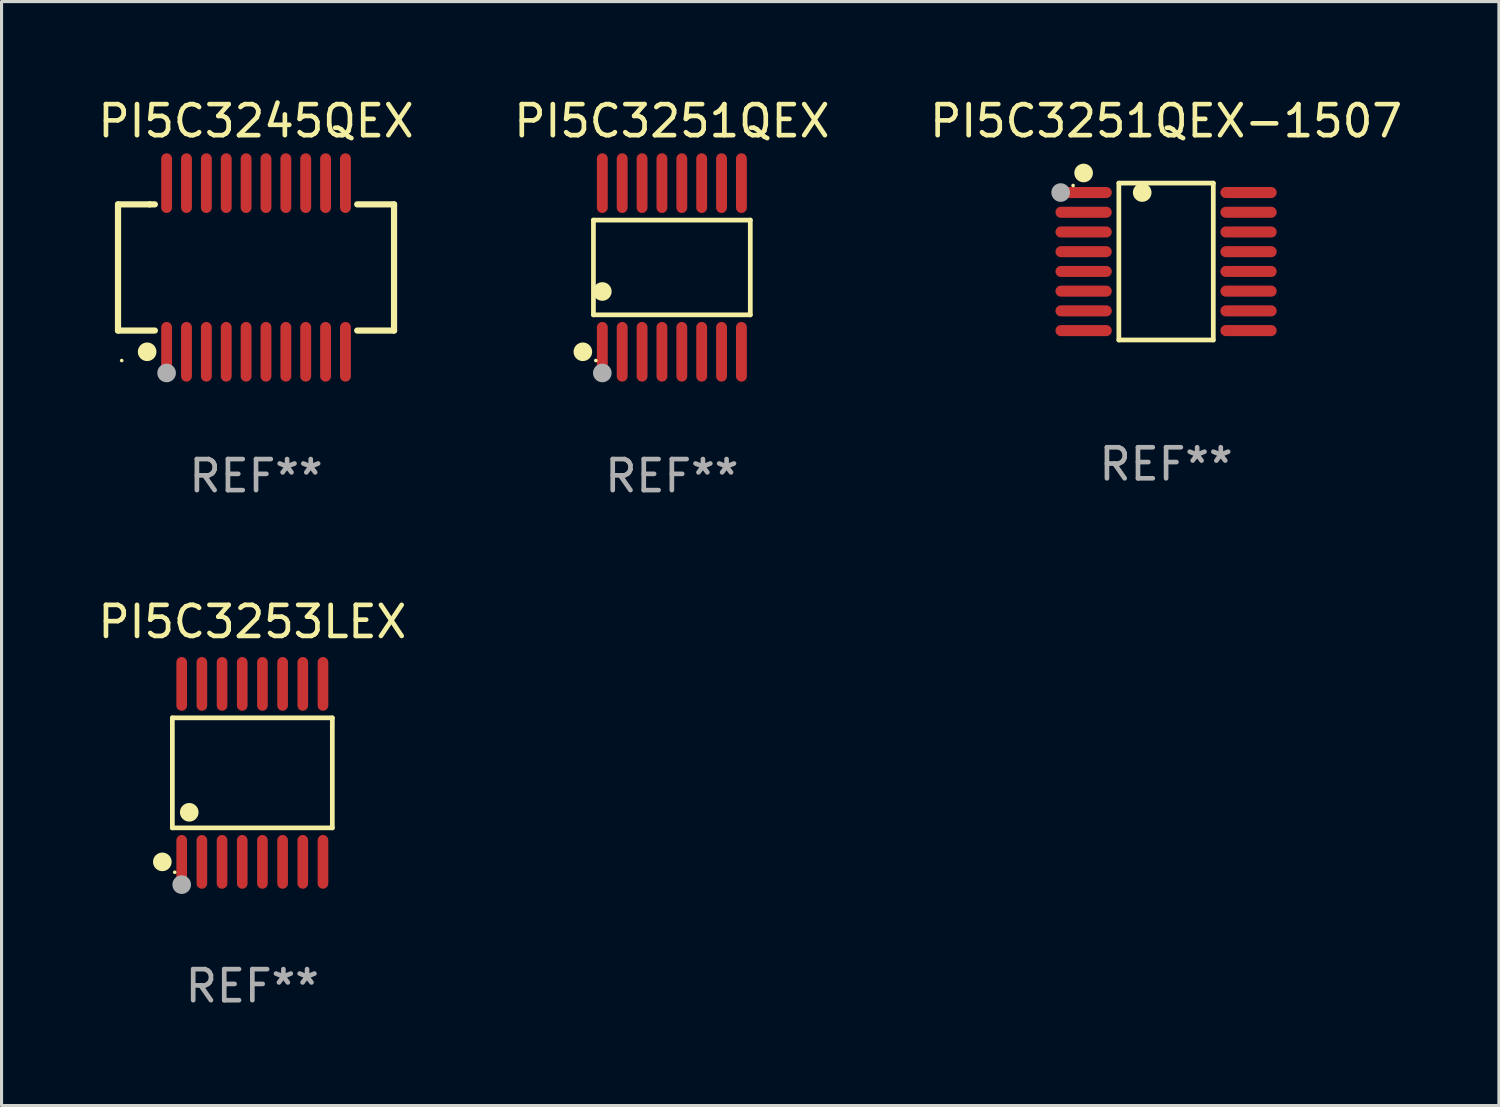
<source format=kicad_pcb>
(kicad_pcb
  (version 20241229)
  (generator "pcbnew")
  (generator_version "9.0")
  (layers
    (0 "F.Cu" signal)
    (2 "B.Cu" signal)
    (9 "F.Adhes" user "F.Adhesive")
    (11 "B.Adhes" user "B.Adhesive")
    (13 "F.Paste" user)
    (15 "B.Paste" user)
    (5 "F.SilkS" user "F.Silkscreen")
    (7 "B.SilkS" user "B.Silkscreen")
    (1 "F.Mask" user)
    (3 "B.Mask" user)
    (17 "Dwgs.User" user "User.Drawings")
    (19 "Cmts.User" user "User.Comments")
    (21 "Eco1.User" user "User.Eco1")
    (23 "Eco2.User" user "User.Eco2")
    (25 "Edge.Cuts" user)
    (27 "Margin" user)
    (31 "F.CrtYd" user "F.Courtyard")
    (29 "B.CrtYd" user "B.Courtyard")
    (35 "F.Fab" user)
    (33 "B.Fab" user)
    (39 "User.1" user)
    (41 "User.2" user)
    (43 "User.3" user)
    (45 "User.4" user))
  (footprint "PI5C3253LEX"
    (layer "F.Cu")
    (at 5.077 21.842)
    (property "Reference" "PI5C3253LEX" (at 0 -4.866 0) (layer "F.SilkS") (effects (font (size 1 1) (thickness 0.15))))
    (attr through_hole)
    (fp_line (start -2.576 -1.772) (end 2.576 -1.772) (stroke (width 0.152) (type solid)) (layer "F.SilkS"))
    (fp_line (start -2.576 1.771) (end -2.576 -1.772) (stroke (width 0.152) (type solid)) (layer "F.SilkS"))
    (fp_line (start 2.576 -1.772) (end 2.576 1.771) (stroke (width 0.152) (type solid)) (layer "F.SilkS"))
    (fp_line (start 2.576 1.771) (end -2.576 1.771) (stroke (width 0.152) (type solid)) (layer "F.SilkS"))
    (fp_circle (center -2.899 2.866) (end -2.749 2.866) (stroke (width 0.3) (type solid)) (fill no) (layer "F.SilkS"))
    (fp_circle (center -2.5 3.2) (end -2.47 3.2) (stroke (width 0.06) (type solid)) (fill no) (layer "F.SilkS"))
    (fp_circle (center -2.032 1.27) (end -1.882 1.27) (stroke (width 0.3) (type solid)) (fill no) (layer "F.SilkS"))
    (fp_circle (center -2.275 3.6) (end -2.125 3.6) (stroke (width 0.3) (type solid)) (fill no) (layer "F.Fab"))
    (fp_text user "REF**" (at 0 6.866 0) (layer "F.Fab") (effects (font (size 1 1) (thickness 0.15))))
    (pad "1" smd oval (at -2.275 2.866) (size 0.343 1.731) (layers "F.Cu" "F.Mask" "F.Paste"))
    (pad "2" smd oval (at -1.625 2.866) (size 0.343 1.731) (layers "F.Cu" "F.Mask" "F.Paste"))
    (pad "3" smd oval (at -0.975 2.866) (size 0.343 1.731) (layers "F.Cu" "F.Mask" "F.Paste"))
    (pad "4" smd oval (at -0.325 2.866) (size 0.343 1.731) (layers "F.Cu" "F.Mask" "F.Paste"))
    (pad "5" smd oval (at 0.325 2.866) (size 0.343 1.731) (layers "F.Cu" "F.Mask" "F.Paste"))
    (pad "6" smd oval (at 0.975 2.866) (size 0.343 1.731) (layers "F.Cu" "F.Mask" "F.Paste"))
    (pad "7" smd oval (at 1.625 2.866) (size 0.343 1.731) (layers "F.Cu" "F.Mask" "F.Paste"))
    (pad "8" smd oval (at 2.275 2.866) (size 0.343 1.731) (layers "F.Cu" "F.Mask" "F.Paste"))
    (pad "9" smd oval (at 2.275 -2.866) (size 0.343 1.731) (layers "F.Cu" "F.Mask" "F.Paste"))
    (pad "10" smd oval (at 1.625 -2.866) (size 0.343 1.731) (layers "F.Cu" "F.Mask" "F.Paste"))
    (pad "11" smd oval (at 0.975 -2.866) (size 0.343 1.731) (layers "F.Cu" "F.Mask" "F.Paste"))
    (pad "12" smd oval (at 0.325 -2.866) (size 0.343 1.731) (layers "F.Cu" "F.Mask" "F.Paste"))
    (pad "13" smd oval (at -0.325 -2.866) (size 0.343 1.731) (layers "F.Cu" "F.Mask" "F.Paste"))
    (pad "14" smd oval (at -0.975 -2.866) (size 0.343 1.731) (layers "F.Cu" "F.Mask" "F.Paste"))
    (pad "15" smd oval (at -1.625 -2.866) (size 0.343 1.731) (layers "F.Cu" "F.Mask" "F.Paste"))
    (pad "16" smd oval (at -2.275 -2.866) (size 0.343 1.731) (layers "F.Cu" "F.Mask" "F.Paste")))
  (footprint "PI5C3251QEX"
    (layer "F.Cu")
    (at 18.589 5.564)
    (property "Reference" "PI5C3251QEX" (at 0 -4.716 0) (layer "F.SilkS") (effects (font (size 1 1) (thickness 0.15))))
    (attr through_hole)
    (fp_line (start -2.526 -1.526) (end 2.526 -1.526) (stroke (width 0.152) (type solid)) (layer "F.SilkS"))
    (fp_line (start -2.526 1.526) (end -2.526 -1.526) (stroke (width 0.152) (type solid)) (layer "F.SilkS"))
    (fp_line (start 2.526 -1.526) (end 2.526 1.526) (stroke (width 0.152) (type solid)) (layer "F.SilkS"))
    (fp_line (start 2.526 1.526) (end -2.526 1.526) (stroke (width 0.152) (type solid)) (layer "F.SilkS"))
    (fp_circle (center -2.867 2.716) (end -2.717 2.716) (stroke (width 0.3) (type solid)) (fill no) (layer "F.SilkS"))
    (fp_circle (center -2.45 2.997) (end -2.42 2.997) (stroke (width 0.06) (type solid)) (fill no) (layer "F.SilkS"))
    (fp_circle (center -2.24 0.774) (end -2.09 0.774) (stroke (width 0.3) (type solid)) (fill no) (layer "F.SilkS"))
    (fp_circle (center -2.24 3.398) (end -2.09 3.398) (stroke (width 0.3) (type solid)) (fill no) (layer "F.Fab"))
    (fp_text user "REF**" (at 0 6.716 0) (layer "F.Fab") (effects (font (size 1 1) (thickness 0.15))))
    (pad "1" smd oval (at -2.24 2.716) (size 0.35 1.922) (layers "F.Cu" "F.Mask" "F.Paste"))
    (pad "2" smd oval (at -1.6 2.716) (size 0.35 1.922) (layers "F.Cu" "F.Mask" "F.Paste"))
    (pad "3" smd oval (at -0.96 2.716) (size 0.35 1.922) (layers "F.Cu" "F.Mask" "F.Paste"))
    (pad "4" smd oval (at -0.32 2.716) (size 0.35 1.922) (layers "F.Cu" "F.Mask" "F.Paste"))
    (pad "5" smd oval (at 0.32 2.716) (size 0.35 1.922) (layers "F.Cu" "F.Mask" "F.Paste"))
    (pad "6" smd oval (at 0.96 2.716) (size 0.35 1.922) (layers "F.Cu" "F.Mask" "F.Paste"))
    (pad "7" smd oval (at 1.6 2.716) (size 0.35 1.922) (layers "F.Cu" "F.Mask" "F.Paste"))
    (pad "8" smd oval (at 2.24 2.716) (size 0.35 1.922) (layers "F.Cu" "F.Mask" "F.Paste"))
    (pad "9" smd oval (at 2.24 -2.716) (size 0.35 1.922) (layers "F.Cu" "F.Mask" "F.Paste"))
    (pad "10" smd oval (at 1.6 -2.716) (size 0.35 1.922) (layers "F.Cu" "F.Mask" "F.Paste"))
    (pad "11" smd oval (at 0.96 -2.716) (size 0.35 1.922) (layers "F.Cu" "F.Mask" "F.Paste"))
    (pad "12" smd oval (at 0.32 -2.716) (size 0.35 1.922) (layers "F.Cu" "F.Mask" "F.Paste"))
    (pad "13" smd oval (at -0.32 -2.716) (size 0.35 1.922) (layers "F.Cu" "F.Mask" "F.Paste"))
    (pad "14" smd oval (at -0.96 -2.716) (size 0.35 1.922) (layers "F.Cu" "F.Mask" "F.Paste"))
    (pad "15" smd oval (at -1.6 -2.716) (size 0.35 1.922) (layers "F.Cu" "F.Mask" "F.Paste"))
    (pad "16" smd oval (at -2.24 -2.716) (size 0.35 1.922) (layers "F.Cu" "F.Mask" "F.Paste")))
  (footprint "PI5C3251QEX-1507"
    (layer "F.Cu")
    (at 34.506 5.374)
    (property "Reference" "PI5C3251QEX-1507" (at 0 -4.526 0) (layer "F.SilkS") (effects (font (size 1 1) (thickness 0.15))))
    (attr through_hole)
    (fp_line (start -1.521 -2.526) (end 1.521 -2.526) (stroke (width 0.152) (type solid)) (layer "F.SilkS"))
    (fp_line (start -1.521 2.526) (end -1.521 -2.526) (stroke (width 0.152) (type solid)) (layer "F.SilkS"))
    (fp_line (start 1.521 -2.526) (end 1.521 2.526) (stroke (width 0.152) (type solid)) (layer "F.SilkS"))
    (fp_line (start 1.521 2.526) (end -1.521 2.526) (stroke (width 0.152) (type solid)) (layer "F.SilkS"))
    (fp_circle (center -2.995 -2.45) (end -2.965 -2.45) (stroke (width 0.06) (type solid)) (fill no) (layer "F.SilkS"))
    (fp_circle (center -2.656 -2.853) (end -2.506 -2.853) (stroke (width 0.3) (type solid)) (fill no) (layer "F.SilkS"))
    (fp_circle (center -0.769 -2.223) (end -0.619 -2.223) (stroke (width 0.3) (type solid)) (fill no) (layer "F.SilkS"))
    (fp_circle (center -3.395 -2.223) (end -3.245 -2.223) (stroke (width 0.3) (type solid)) (fill no) (layer "F.Fab"))
    (fp_text user "REF**" (at 0 6.526 0) (layer "F.Fab") (effects (font (size 1 1) (thickness 0.15))))
    (pad "1" smd oval (at -2.656 -2.223 270) (size 0.356 1.813) (layers "F.Cu" "F.Mask" "F.Paste"))
    (pad "2" smd oval (at -2.656 -1.588 270) (size 0.356 1.813) (layers "F.Cu" "F.Mask" "F.Paste"))
    (pad "3" smd oval (at -2.656 -0.953 270) (size 0.356 1.813) (layers "F.Cu" "F.Mask" "F.Paste"))
    (pad "4" smd oval (at -2.656 -0.318 270) (size 0.356 1.813) (layers "F.Cu" "F.Mask" "F.Paste"))
    (pad "5" smd oval (at -2.656 0.318 270) (size 0.356 1.813) (layers "F.Cu" "F.Mask" "F.Paste"))
    (pad "6" smd oval (at -2.656 0.953 270) (size 0.356 1.813) (layers "F.Cu" "F.Mask" "F.Paste"))
    (pad "7" smd oval (at -2.656 1.588 270) (size 0.356 1.813) (layers "F.Cu" "F.Mask" "F.Paste"))
    (pad "8" smd oval (at -2.656 2.223 270) (size 0.356 1.813) (layers "F.Cu" "F.Mask" "F.Paste"))
    (pad "9" smd oval (at 2.656 2.223 270) (size 0.356 1.813) (layers "F.Cu" "F.Mask" "F.Paste"))
    (pad "10" smd oval (at 2.656 1.588 270) (size 0.356 1.813) (layers "F.Cu" "F.Mask" "F.Paste"))
    (pad "11" smd oval (at 2.656 0.953 270) (size 0.356 1.813) (layers "F.Cu" "F.Mask" "F.Paste"))
    (pad "12" smd oval (at 2.656 0.318 270) (size 0.356 1.813) (layers "F.Cu" "F.Mask" "F.Paste"))
    (pad "13" smd oval (at 2.656 -0.318 270) (size 0.356 1.813) (layers "F.Cu" "F.Mask" "F.Paste"))
    (pad "14" smd oval (at 2.656 -0.953 270) (size 0.356 1.813) (layers "F.Cu" "F.Mask" "F.Paste"))
    (pad "15" smd oval (at 2.656 -1.588 270) (size 0.356 1.813) (layers "F.Cu" "F.Mask" "F.Paste"))
    (pad "16" smd oval (at 2.656 -2.223 270) (size 0.356 1.813) (layers "F.Cu" "F.Mask" "F.Paste")))
  (footprint "PI5C3245QEX"
    (layer "F.Cu")
    (at 5.196 5.564)
    (property "Reference" "PI5C3245QEX" (at 0 -4.716 0) (layer "F.SilkS") (effects (font (size 1 1) (thickness 0.15))))
    (attr through_hole)
    (fp_line (start -4.445 -2.032) (end -4.445 2.032) (stroke (width 0.2) (type solid)) (layer "F.SilkS"))
    (fp_line (start -4.445 2.032) (end -3.259 2.032) (stroke (width 0.2) (type solid)) (layer "F.SilkS"))
    (fp_line (start -3.429 -2.032) (end -4.445 -2.032) (stroke (width 0.2) (type solid)) (layer "F.SilkS"))
    (fp_line (start -3.259 -2.032) (end -3.429 -2.032) (stroke (width 0.2) (type solid)) (layer "F.SilkS"))
    (fp_line (start 3.259 2.032) (end 4.445 2.032) (stroke (width 0.2) (type solid)) (layer "F.SilkS"))
    (fp_line (start 4.445 -2.032) (end 3.259 -2.032) (stroke (width 0.2) (type solid)) (layer "F.SilkS"))
    (fp_line (start 4.445 2.032) (end 4.445 -2.032) (stroke (width 0.2) (type solid)) (layer "F.SilkS"))
    (fp_circle (center -4.327 2.997) (end -4.297 2.997) (stroke (width 0.06) (type solid)) (fill no) (layer "F.SilkS"))
    (fp_circle (center -3.507 2.716) (end -3.357 2.716) (stroke (width 0.3) (type solid)) (fill no) (layer "F.SilkS"))
    (fp_circle (center -2.88 3.398) (end -2.73 3.398) (stroke (width 0.3) (type solid)) (fill no) (layer "F.Fab"))
    (fp_text user "REF**" (at 0 6.716 0) (layer "F.Fab") (effects (font (size 1 1) (thickness 0.15))))
    (pad "1" smd oval (at -2.88 2.716) (size 0.35 1.922) (layers "F.Cu" "F.Mask" "F.Paste"))
    (pad "2" smd oval (at -2.24 2.716) (size 0.35 1.922) (layers "F.Cu" "F.Mask" "F.Paste"))
    (pad "3" smd oval (at -1.6 2.716) (size 0.35 1.922) (layers "F.Cu" "F.Mask" "F.Paste"))
    (pad "4" smd oval (at -0.96 2.716) (size 0.35 1.922) (layers "F.Cu" "F.Mask" "F.Paste"))
    (pad "5" smd oval (at -0.32 2.716) (size 0.35 1.922) (layers "F.Cu" "F.Mask" "F.Paste"))
    (pad "6" smd oval (at 0.32 2.716) (size 0.35 1.922) (layers "F.Cu" "F.Mask" "F.Paste"))
    (pad "7" smd oval (at 0.96 2.716) (size 0.35 1.922) (layers "F.Cu" "F.Mask" "F.Paste"))
    (pad "8" smd oval (at 1.6 2.716) (size 0.35 1.922) (layers "F.Cu" "F.Mask" "F.Paste"))
    (pad "9" smd oval (at 2.24 2.716) (size 0.35 1.922) (layers "F.Cu" "F.Mask" "F.Paste"))
    (pad "10" smd oval (at 2.88 2.716) (size 0.35 1.922) (layers "F.Cu" "F.Mask" "F.Paste"))
    (pad "11" smd oval (at 2.88 -2.716) (size 0.35 1.922) (layers "F.Cu" "F.Mask" "F.Paste"))
    (pad "12" smd oval (at 2.24 -2.716) (size 0.35 1.922) (layers "F.Cu" "F.Mask" "F.Paste"))
    (pad "13" smd oval (at 1.6 -2.716) (size 0.35 1.922) (layers "F.Cu" "F.Mask" "F.Paste"))
    (pad "14" smd oval (at 0.96 -2.716) (size 0.35 1.922) (layers "F.Cu" "F.Mask" "F.Paste"))
    (pad "15" smd oval (at 0.32 -2.716) (size 0.35 1.922) (layers "F.Cu" "F.Mask" "F.Paste"))
    (pad "16" smd oval (at -0.32 -2.716) (size 0.35 1.922) (layers "F.Cu" "F.Mask" "F.Paste"))
    (pad "17" smd oval (at -0.96 -2.716) (size 0.35 1.922) (layers "F.Cu" "F.Mask" "F.Paste"))
    (pad "18" smd oval (at -1.6 -2.716) (size 0.35 1.922) (layers "F.Cu" "F.Mask" "F.Paste"))
    (pad "19" smd oval (at -2.24 -2.716) (size 0.35 1.922) (layers "F.Cu" "F.Mask" "F.Paste"))
    (pad "20" smd oval (at -2.88 -2.716) (size 0.35 1.922) (layers "F.Cu" "F.Mask" "F.Paste")))
  (gr_rect
    (start -3 -3)
    (end 45.226 32.556)
    (stroke (width 0.1) (type default))
    (fill no)
    (layer "Edge.Cuts")))
</source>
